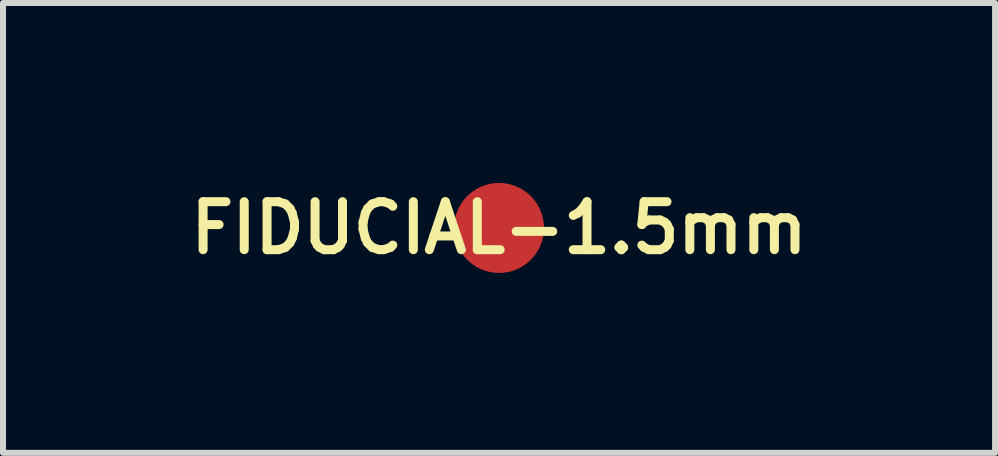
<source format=kicad_pcb>
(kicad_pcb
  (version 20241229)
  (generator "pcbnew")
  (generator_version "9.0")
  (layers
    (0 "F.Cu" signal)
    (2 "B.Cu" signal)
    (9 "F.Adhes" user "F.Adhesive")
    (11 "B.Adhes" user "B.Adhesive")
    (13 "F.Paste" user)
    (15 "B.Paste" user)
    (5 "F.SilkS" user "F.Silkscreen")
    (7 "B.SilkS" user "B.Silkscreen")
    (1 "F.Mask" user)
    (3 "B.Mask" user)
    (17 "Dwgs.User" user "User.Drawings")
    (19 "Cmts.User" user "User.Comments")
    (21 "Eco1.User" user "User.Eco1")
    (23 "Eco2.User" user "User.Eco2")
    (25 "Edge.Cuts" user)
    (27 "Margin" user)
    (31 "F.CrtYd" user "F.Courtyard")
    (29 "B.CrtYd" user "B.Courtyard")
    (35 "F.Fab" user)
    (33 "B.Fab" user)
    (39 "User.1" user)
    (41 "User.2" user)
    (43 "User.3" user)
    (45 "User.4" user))
  (footprint "FIDUCIAL-1.5mm"
    (layer "F.Cu")
    (at 5.269 0.75)
    (property "Reference" "FIDUCIAL-1.5mm" (at 0 0 0) (layer "F.SilkS") (effects (font (size 0.8 0.8) (thickness 0.15))))
    (attr exclude_from_pos_files exclude_from_bom)
    (pad "1" smd circle (at 0 0) (size 1.5 1.5) (layers "F.Cu" "F.Mask")))
  (gr_rect
    (start -3 -3)
    (end 13.538 4.5)
    (stroke (width 0.1) (type default))
    (fill no)
    (layer "Edge.Cuts")))
</source>
